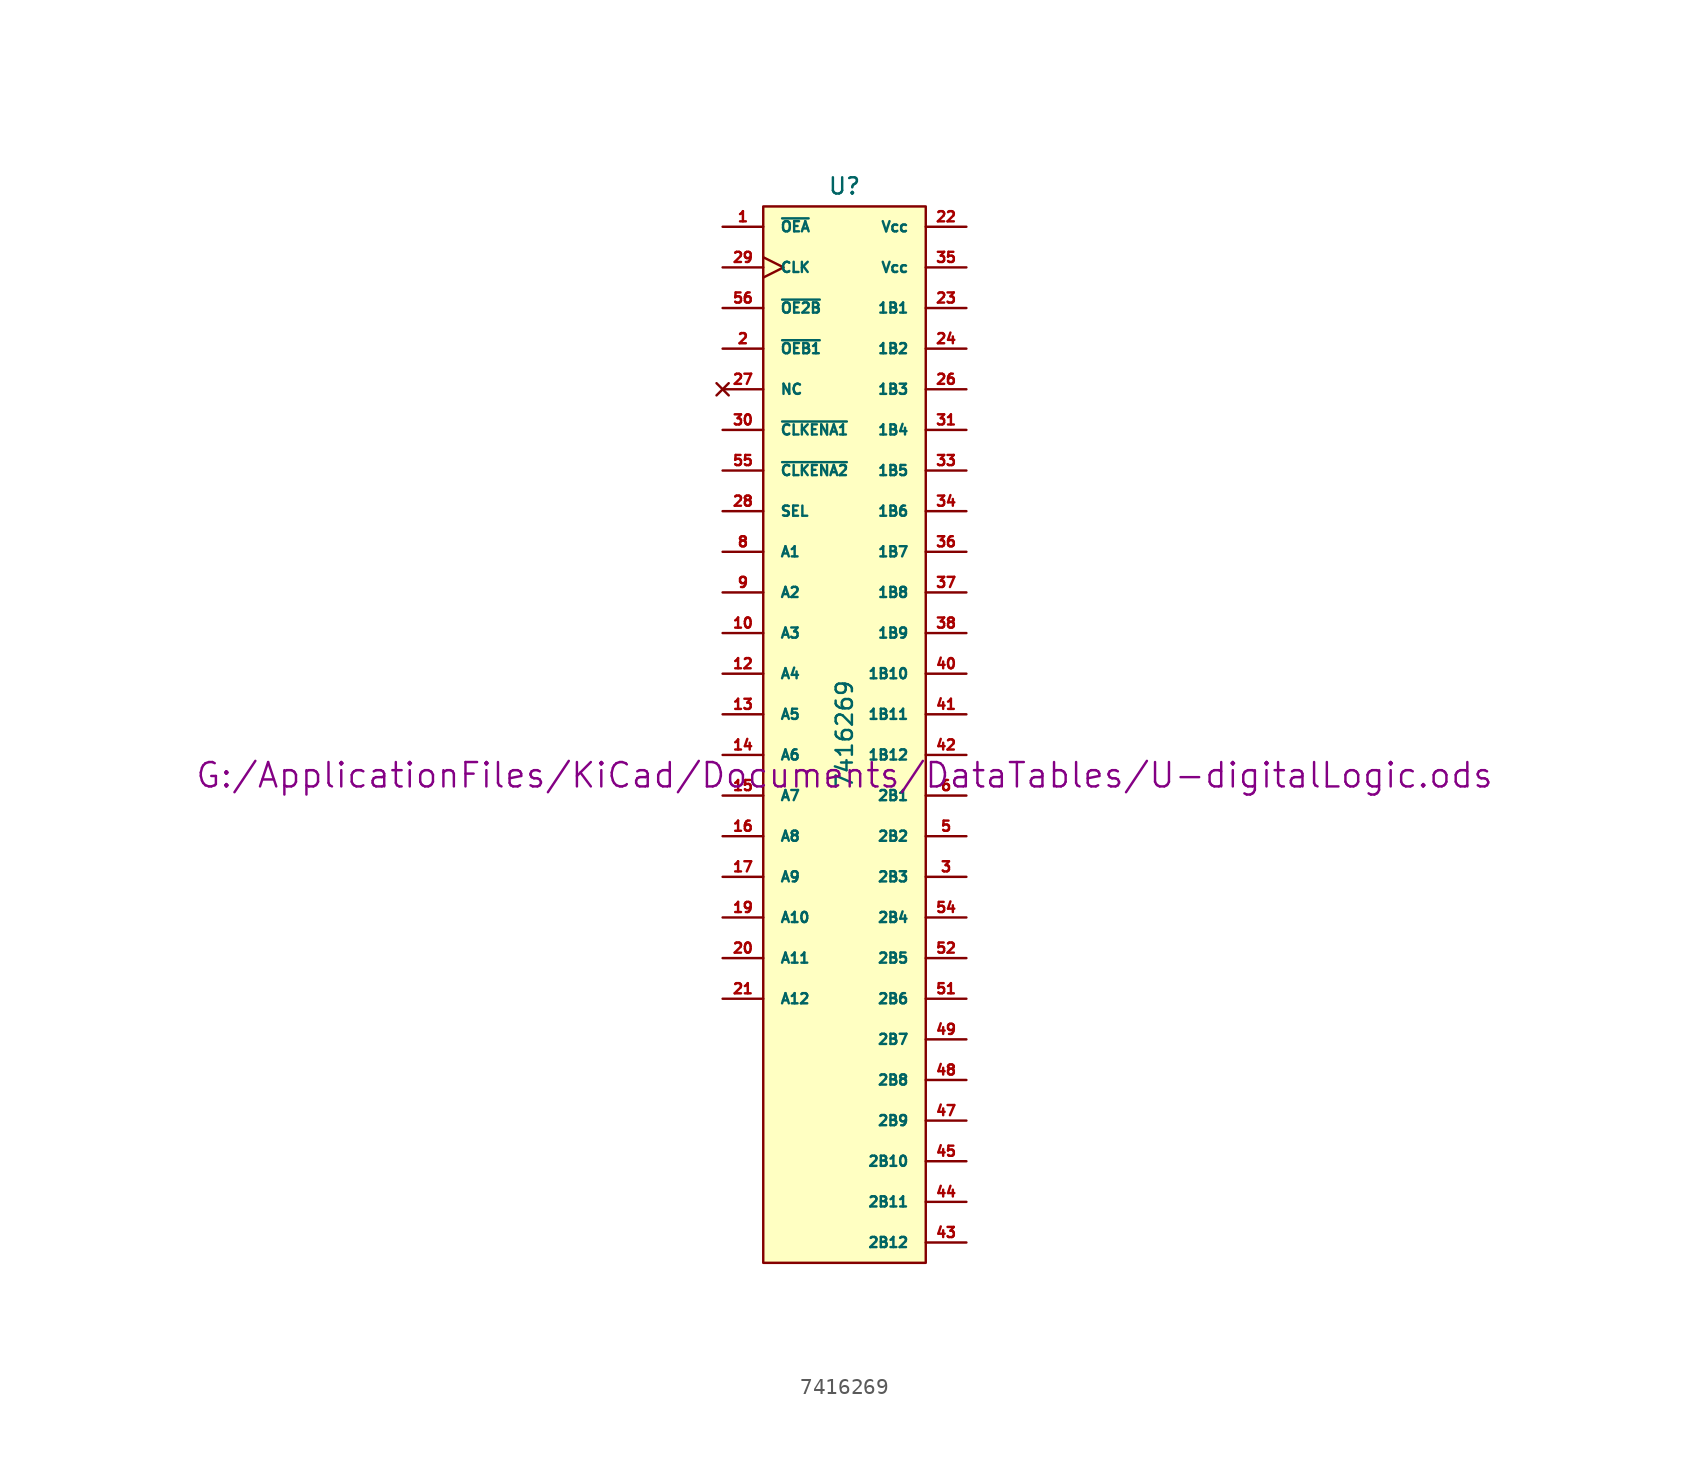
<source format=kicad_sym>
(kicad_symbol_lib
  (version 20211014)
  (generator kicad_symbol_editor)
  (symbol "7416269"
    (pin_names
      (offset 1.016))
    (property "Reference" "U"
      (at 0 34.29 0)
      (effects (font (size 1.016 1.016))))
    (property "Value" "7416269"
      (at 0 0 90)
      (effects (font (size 1.016 1.016))))
    (property "Footprint" ""
      (at 0 -2.54 0)
      (effects (font (size 1.524 1.524))))
    (property "Datasheet" "G:/ApplicationFiles/KiCad/Documents/DataTables/U-digitalLogic.ods"
      (at 0 -2.54 0)
      (effects (font (size 1.524 1.524))))
    (symbol "7416269_0_1"
      (rectangle (start -5.08 33.02) (end 5.08 -33.02) (stroke (width 0) (type default) (color 0 0 0 0)) (fill (type background))))
    (symbol "7416269_1_1"
      (pin input line (at -7.62 31.75 0) (length 2.54) (name "~{OEA}" (effects (font (size 0.635 0.635)))) (number "1" (effects (font (size 0.635 0.635)))))
      (pin bidirectional line (at -7.62 6.35 0) (length 2.54) (name "A3" (effects (font (size 0.635 0.635)))) (number "10" (effects (font (size 0.635 0.635)))))
      (pin power_in line (at -5.08 -20.32 0) (length 0) hide (name "DGND" (effects (font (size 0.635 0.635)))) (number "11" (effects (font (size 0.635 0.635)))))
      (pin bidirectional line (at -7.62 3.81 0) (length 2.54) (name "A4" (effects (font (size 0.635 0.635)))) (number "12" (effects (font (size 0.635 0.635)))))
      (pin bidirectional line (at -7.62 1.27 0) (length 2.54) (name "A5" (effects (font (size 0.635 0.635)))) (number "13" (effects (font (size 0.635 0.635)))))
      (pin bidirectional line (at -7.62 -1.27 0) (length 2.54) (name "A6" (effects (font (size 0.635 0.635)))) (number "14" (effects (font (size 0.635 0.635)))))
      (pin bidirectional line (at -7.62 -3.81 0) (length 2.54) (name "A7" (effects (font (size 0.635 0.635)))) (number "15" (effects (font (size 0.635 0.635)))))
      (pin bidirectional line (at -7.62 -6.35 0) (length 2.54) (name "A8" (effects (font (size 0.635 0.635)))) (number "16" (effects (font (size 0.635 0.635)))))
      (pin bidirectional line (at -7.62 -8.89 0) (length 2.54) (name "A9" (effects (font (size 0.635 0.635)))) (number "17" (effects (font (size 0.635 0.635)))))
      (pin power_in line (at -5.08 -21.59 0) (length 0) hide (name "DGND" (effects (font (size 0.635 0.635)))) (number "18" (effects (font (size 0.635 0.635)))))
      (pin bidirectional line (at -7.62 -11.43 0) (length 2.54) (name "A10" (effects (font (size 0.635 0.635)))) (number "19" (effects (font (size 0.635 0.635)))))
      (pin input line (at -7.62 24.13 0) (length 2.54) (name "~{OEB1}" (effects (font (size 0.635 0.635)))) (number "2" (effects (font (size 0.635 0.635)))))
      (pin bidirectional line (at -7.62 -13.97 0) (length 2.54) (name "A11" (effects (font (size 0.635 0.635)))) (number "20" (effects (font (size 0.635 0.635)))))
      (pin bidirectional line (at -7.62 -16.51 0) (length 2.54) (name "A12" (effects (font (size 0.635 0.635)))) (number "21" (effects (font (size 0.635 0.635)))))
      (pin power_in line (at 7.62 31.75 180) (length 2.54) (name "Vcc" (effects (font (size 0.635 0.635)))) (number "22" (effects (font (size 0.635 0.635)))))
      (pin bidirectional line (at 7.62 26.67 180) (length 2.54) (name "1B1" (effects (font (size 0.635 0.635)))) (number "23" (effects (font (size 0.635 0.635)))))
      (pin bidirectional line (at 7.62 24.13 180) (length 2.54) (name "1B2" (effects (font (size 0.635 0.635)))) (number "24" (effects (font (size 0.635 0.635)))))
      (pin power_in line (at -5.08 -22.86 0) (length 0) hide (name "DGND" (effects (font (size 0.635 0.635)))) (number "25" (effects (font (size 0.635 0.635)))))
      (pin bidirectional line (at 7.62 21.59 180) (length 2.54) (name "1B3" (effects (font (size 0.635 0.635)))) (number "26" (effects (font (size 0.635 0.635)))))
      (pin no_connect line (at -7.62 21.59 0) (length 2.54) (name "NC" (effects (font (size 0.635 0.635)))) (number "27" (effects (font (size 0.635 0.635)))))
      (pin input line (at -7.62 13.97 0) (length 2.54) (name "SEL" (effects (font (size 0.635 0.635)))) (number "28" (effects (font (size 0.635 0.635)))))
      (pin input clock (at -7.62 29.21 0) (length 2.54) (name "CLK" (effects (font (size 0.635 0.635)))) (number "29" (effects (font (size 0.635 0.635)))))
      (pin bidirectional line (at 7.62 -8.89 180) (length 2.54) (name "2B3" (effects (font (size 0.635 0.635)))) (number "3" (effects (font (size 0.635 0.635)))))
      (pin input line (at -7.62 19.05 0) (length 2.54) (name "~{CLKENA1}" (effects (font (size 0.635 0.635)))) (number "30" (effects (font (size 0.635 0.635)))))
      (pin bidirectional line (at 7.62 19.05 180) (length 2.54) (name "1B4" (effects (font (size 0.635 0.635)))) (number "31" (effects (font (size 0.635 0.635)))))
      (pin power_in line (at -5.08 -24.13 0) (length 0) hide (name "DGND" (effects (font (size 0.635 0.635)))) (number "32" (effects (font (size 0.635 0.635)))))
      (pin bidirectional line (at 7.62 16.51 180) (length 2.54) (name "1B5" (effects (font (size 0.635 0.635)))) (number "33" (effects (font (size 0.635 0.635)))))
      (pin bidirectional line (at 7.62 13.97 180) (length 2.54) (name "1B6" (effects (font (size 0.635 0.635)))) (number "34" (effects (font (size 0.635 0.635)))))
      (pin power_in line (at 7.62 29.21 180) (length 2.54) (name "Vcc" (effects (font (size 0.635 0.635)))) (number "35" (effects (font (size 0.635 0.635)))))
      (pin bidirectional line (at 7.62 11.43 180) (length 2.54) (name "1B7" (effects (font (size 0.635 0.635)))) (number "36" (effects (font (size 0.635 0.635)))))
      (pin bidirectional line (at 7.62 8.89 180) (length 2.54) (name "1B8" (effects (font (size 0.635 0.635)))) (number "37" (effects (font (size 0.635 0.635)))))
      (pin bidirectional line (at 7.62 6.35 180) (length 2.54) (name "1B9" (effects (font (size 0.635 0.635)))) (number "38" (effects (font (size 0.635 0.635)))))
      (pin power_in line (at -5.08 -25.4 0) (length 0) hide (name "DGND" (effects (font (size 0.635 0.635)))) (number "39" (effects (font (size 0.635 0.635)))))
      (pin power_in line (at -5.08 -19.05 0) (length 0) hide (name "DGND" (effects (font (size 0.635 0.635)))) (number "4" (effects (font (size 0.635 0.635)))))
      (pin bidirectional line (at 7.62 3.81 180) (length 2.54) (name "1B10" (effects (font (size 0.635 0.635)))) (number "40" (effects (font (size 0.635 0.635)))))
      (pin bidirectional line (at 7.62 1.27 180) (length 2.54) (name "1B11" (effects (font (size 0.635 0.635)))) (number "41" (effects (font (size 0.635 0.635)))))
      (pin bidirectional line (at 7.62 -1.27 180) (length 2.54) (name "1B12" (effects (font (size 0.635 0.635)))) (number "42" (effects (font (size 0.635 0.635)))))
      (pin bidirectional line (at 7.62 -31.75 180) (length 2.54) (name "2B12" (effects (font (size 0.635 0.635)))) (number "43" (effects (font (size 0.635 0.635)))))
      (pin bidirectional line (at 7.62 -29.21 180) (length 2.54) (name "2B11" (effects (font (size 0.635 0.635)))) (number "44" (effects (font (size 0.635 0.635)))))
      (pin bidirectional line (at 7.62 -26.67 180) (length 2.54) (name "2B10" (effects (font (size 0.635 0.635)))) (number "45" (effects (font (size 0.635 0.635)))))
      (pin power_in line (at -5.08 -26.67 0) (length 0) hide (name "DGND" (effects (font (size 0.635 0.635)))) (number "46" (effects (font (size 0.635 0.635)))))
      (pin bidirectional line (at 7.62 -24.13 180) (length 2.54) (name "2B9" (effects (font (size 0.635 0.635)))) (number "47" (effects (font (size 0.635 0.635)))))
      (pin bidirectional line (at 7.62 -21.59 180) (length 2.54) (name "2B8" (effects (font (size 0.635 0.635)))) (number "48" (effects (font (size 0.635 0.635)))))
      (pin bidirectional line (at 7.62 -19.05 180) (length 2.54) (name "2B7" (effects (font (size 0.635 0.635)))) (number "49" (effects (font (size 0.635 0.635)))))
      (pin bidirectional line (at 7.62 -6.35 180) (length 2.54) (name "2B2" (effects (font (size 0.635 0.635)))) (number "5" (effects (font (size 0.635 0.635)))))
      (pin bidirectional line (at 7.62 -16.51 180) (length 2.54) (name "2B6" (effects (font (size 0.635 0.635)))) (number "51" (effects (font (size 0.635 0.635)))))
      (pin bidirectional line (at 7.62 -13.97 180) (length 2.54) (name "2B5" (effects (font (size 0.635 0.635)))) (number "52" (effects (font (size 0.635 0.635)))))
      (pin power_in line (at -5.08 -27.94 0) (length 0) hide (name "DGND" (effects (font (size 0.635 0.635)))) (number "53" (effects (font (size 0.635 0.635)))))
      (pin bidirectional line (at 7.62 -11.43 180) (length 2.54) (name "2B4" (effects (font (size 0.635 0.635)))) (number "54" (effects (font (size 0.635 0.635)))))
      (pin input line (at -7.62 16.51 0) (length 2.54) (name "~{CLKENA2}" (effects (font (size 0.635 0.635)))) (number "55" (effects (font (size 0.635 0.635)))))
      (pin input line (at -7.62 26.67 0) (length 2.54) (name "~{OE2B}" (effects (font (size 0.635 0.635)))) (number "56" (effects (font (size 0.635 0.635)))))
      (pin bidirectional line (at 7.62 -3.81 180) (length 2.54) (name "2B1" (effects (font (size 0.635 0.635)))) (number "6" (effects (font (size 0.635 0.635)))))
      (pin bidirectional line (at -7.62 11.43 0) (length 2.54) (name "A1" (effects (font (size 0.635 0.635)))) (number "8" (effects (font (size 0.635 0.635)))))
      (pin bidirectional line (at -7.62 8.89 0) (length 2.54) (name "A2" (effects (font (size 0.635 0.635)))) (number "9" (effects (font (size 0.635 0.635))))))))
</source>
